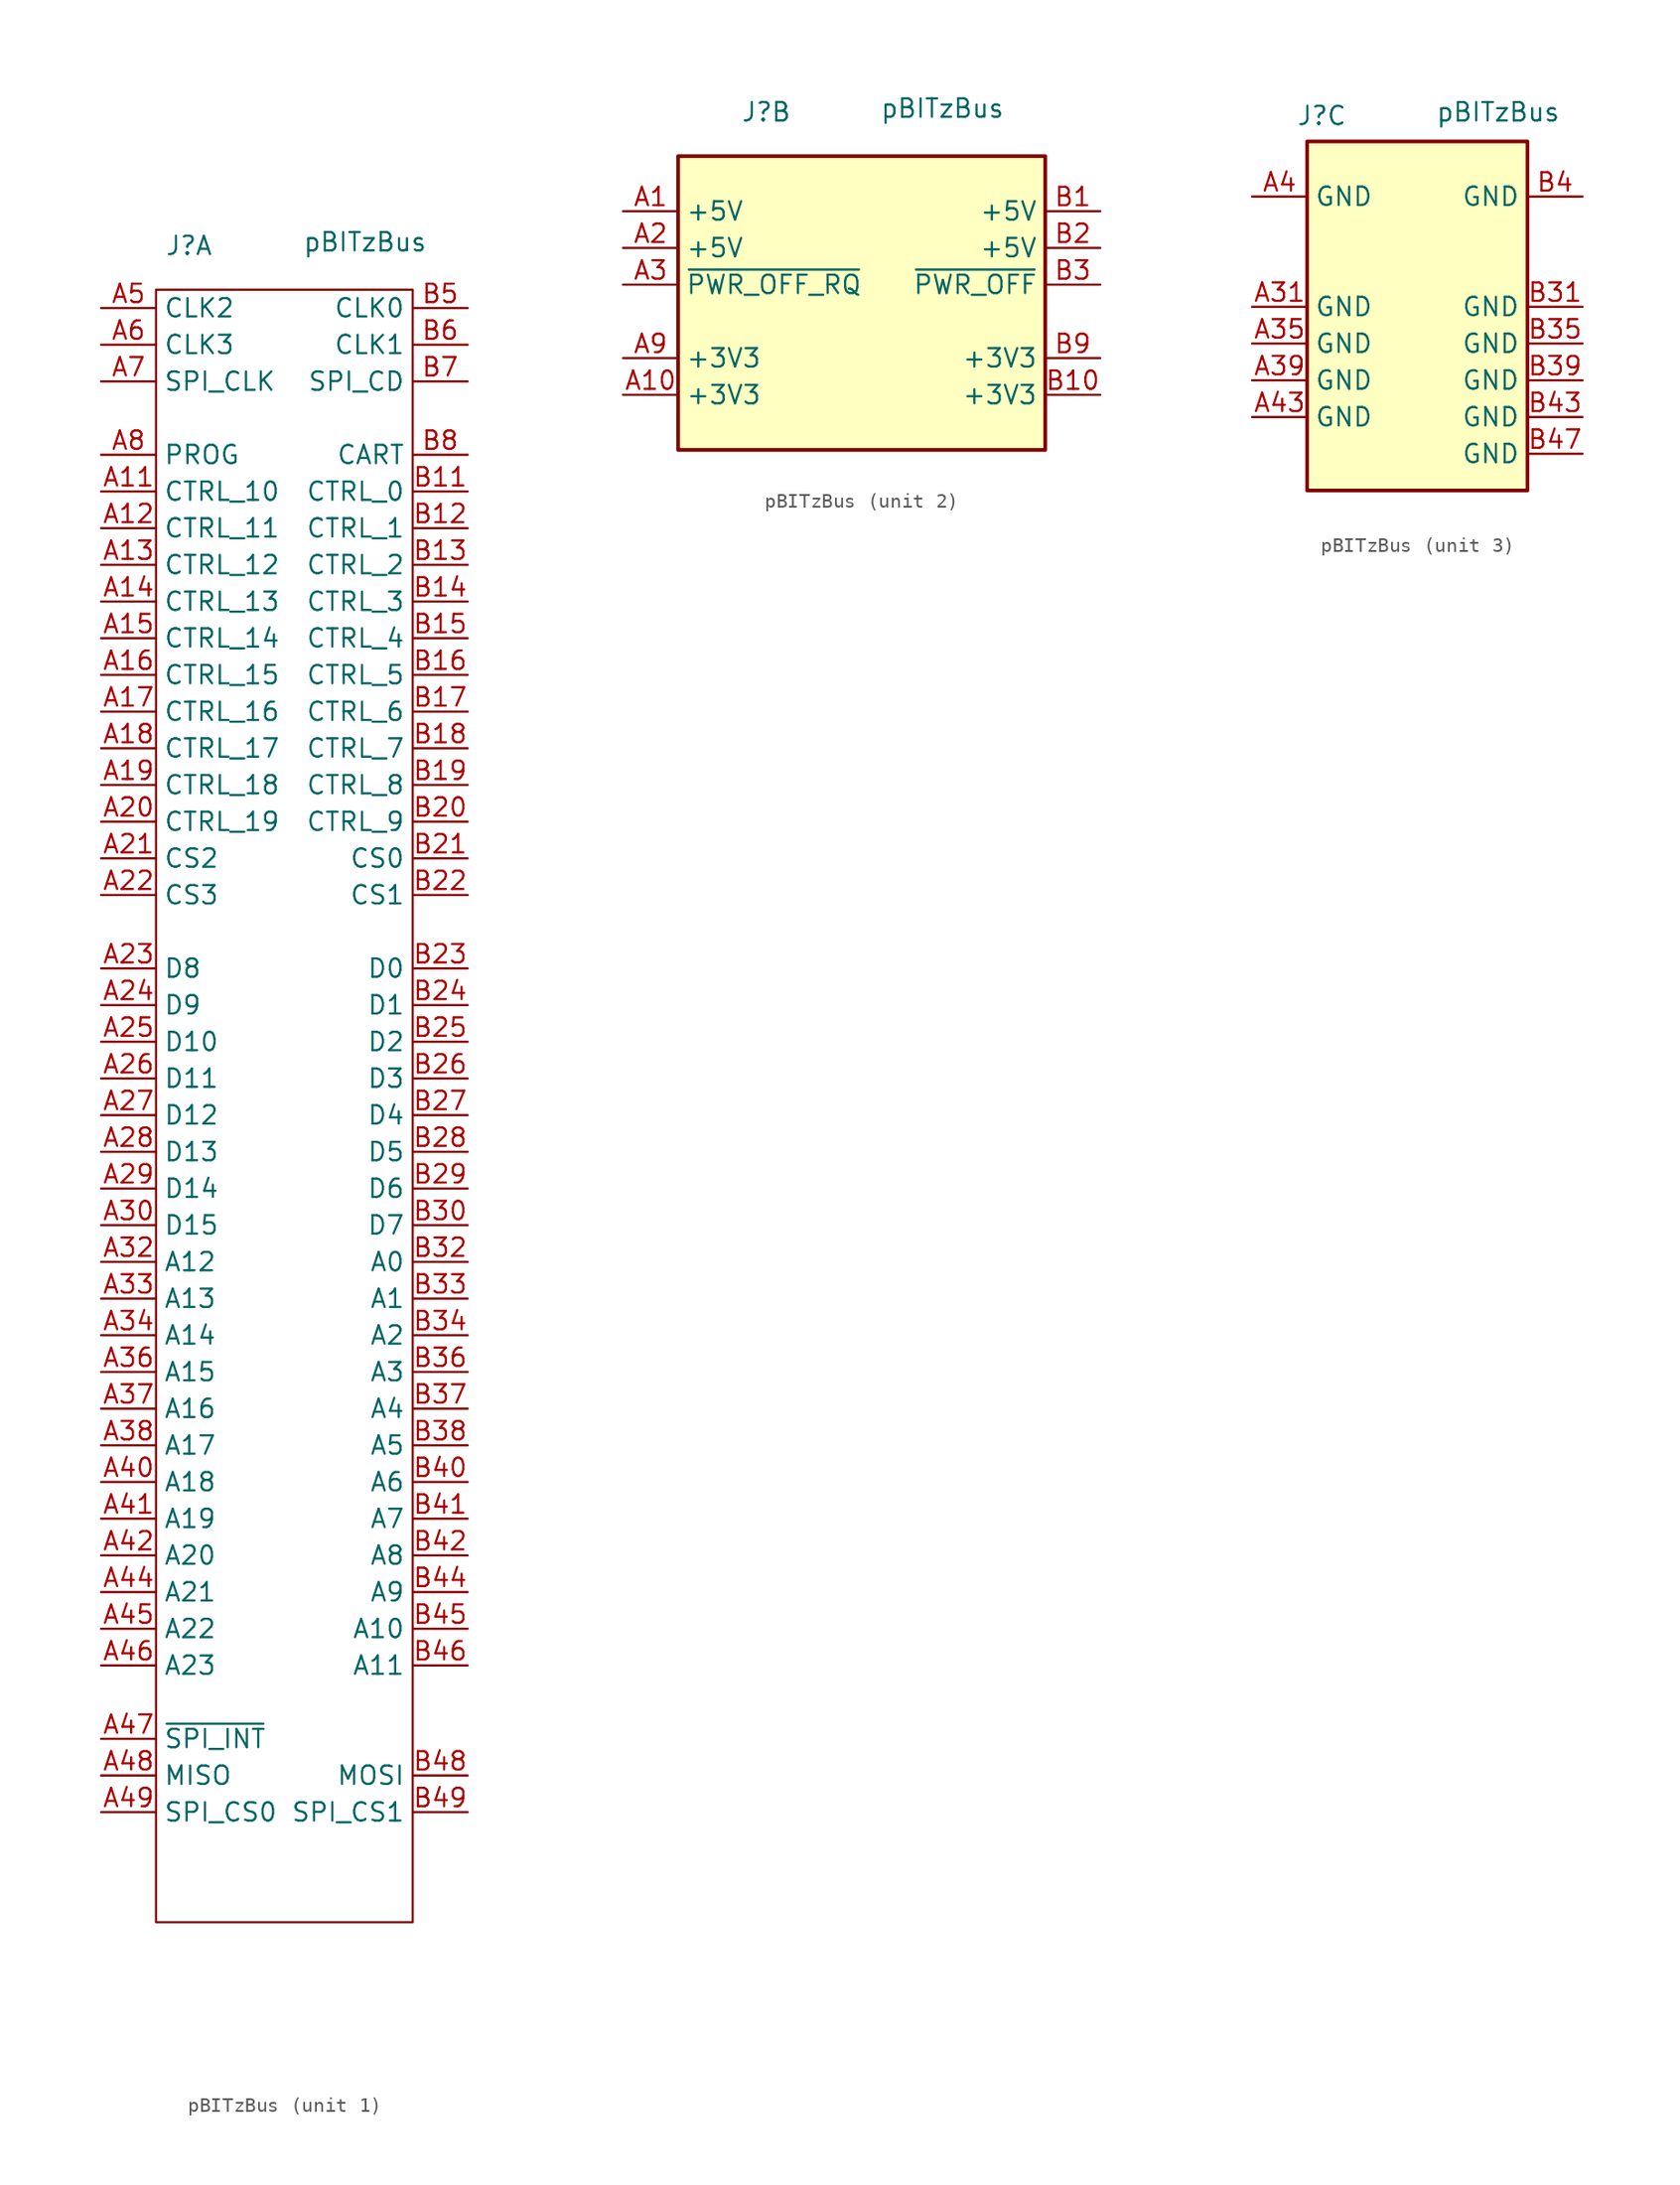
<source format=kicad_sym>
(kicad_symbol_lib
  (version 20241209)
  (generator "kicad_symbol_editor")
  (generator_version "9.0")
  (symbol "pBITzBus"
    (property "Reference" "J"
      (at -6.604 44.958 0)
      (effects (font (size 1.27 1.27))))
    (property "Value" "pBITzBus"
      (at 5.588 45.212 0)
      (effects (font (size 1.27 1.27))))
    (property "ki_locked" ""
      (at 0 0 0)
      (effects (font (size 1.27 1.27))))
    (symbol "pBITzBus_1_0"
      (pin passive line (at -12.7 40.64 0) (length 3.81) (name "CLK2" (effects (font (size 1.27 1.27)))) (number "A5" (effects (font (size 1.27 1.27)))))
      (pin passive line (at -12.7 38.1 0) (length 3.81) (name "CLK3" (effects (font (size 1.27 1.27)))) (number "A6" (effects (font (size 1.27 1.27)))))
      (pin passive line (at -12.7 35.56 0) (length 3.81) (name "SPI_CLK" (effects (font (size 1.27 1.27)))) (number "A7" (effects (font (size 1.27 1.27)))))
      (pin passive line (at -12.7 30.48 0) (length 3.81) (name "PROG" (effects (font (size 1.27 1.27)))) (number "A8" (effects (font (size 1.27 1.27)))))
      (pin passive line (at -12.7 27.94 0) (length 3.81) (name "CTRL_10" (effects (font (size 1.27 1.27)))) (number "A11" (effects (font (size 1.27 1.27)))))
      (pin passive line (at -12.7 25.4 0) (length 3.81) (name "CTRL_11" (effects (font (size 1.27 1.27)))) (number "A12" (effects (font (size 1.27 1.27)))))
      (pin passive line (at -12.7 22.86 0) (length 3.81) (name "CTRL_12" (effects (font (size 1.27 1.27)))) (number "A13" (effects (font (size 1.27 1.27)))))
      (pin passive line (at -12.7 20.32 0) (length 3.81) (name "CTRL_13" (effects (font (size 1.27 1.27)))) (number "A14" (effects (font (size 1.27 1.27)))))
      (pin passive line (at -12.7 17.78 0) (length 3.81) (name "CTRL_14" (effects (font (size 1.27 1.27)))) (number "A15" (effects (font (size 1.27 1.27)))))
      (pin passive line (at -12.7 15.24 0) (length 3.81) (name "CTRL_15" (effects (font (size 1.27 1.27)))) (number "A16" (effects (font (size 1.27 1.27)))))
      (pin passive line (at -12.7 12.7 0) (length 3.81) (name "CTRL_16" (effects (font (size 1.27 1.27)))) (number "A17" (effects (font (size 1.27 1.27)))))
      (pin passive line (at -12.7 10.16 0) (length 3.81) (name "CTRL_17" (effects (font (size 1.27 1.27)))) (number "A18" (effects (font (size 1.27 1.27)))))
      (pin passive line (at -12.7 7.62 0) (length 3.81) (name "CTRL_18" (effects (font (size 1.27 1.27)))) (number "A19" (effects (font (size 1.27 1.27)))))
      (pin passive line (at -12.7 5.08 0) (length 3.81) (name "CTRL_19" (effects (font (size 1.27 1.27)))) (number "A20" (effects (font (size 1.27 1.27)))))
      (pin passive line (at -12.7 2.54 0) (length 3.81) (name "CS2" (effects (font (size 1.27 1.27)))) (number "A21" (effects (font (size 1.27 1.27)))))
      (pin passive line (at -12.7 0 0) (length 3.81) (name "CS3" (effects (font (size 1.27 1.27)))) (number "A22" (effects (font (size 1.27 1.27)))))
      (pin passive line (at -12.7 -5.08 0) (length 3.81) (name "D8" (effects (font (size 1.27 1.27)))) (number "A23" (effects (font (size 1.27 1.27)))))
      (pin passive line (at -12.7 -7.62 0) (length 3.81) (name "D9" (effects (font (size 1.27 1.27)))) (number "A24" (effects (font (size 1.27 1.27)))))
      (pin passive line (at -12.7 -10.16 0) (length 3.81) (name "D10" (effects (font (size 1.27 1.27)))) (number "A25" (effects (font (size 1.27 1.27)))))
      (pin passive line (at -12.7 -12.7 0) (length 3.81) (name "D11" (effects (font (size 1.27 1.27)))) (number "A26" (effects (font (size 1.27 1.27)))))
      (pin passive line (at -12.7 -15.24 0) (length 3.81) (name "D12" (effects (font (size 1.27 1.27)))) (number "A27" (effects (font (size 1.27 1.27)))))
      (pin passive line (at -12.7 -17.78 0) (length 3.81) (name "D13" (effects (font (size 1.27 1.27)))) (number "A28" (effects (font (size 1.27 1.27)))))
      (pin passive line (at -12.7 -20.32 0) (length 3.81) (name "D14" (effects (font (size 1.27 1.27)))) (number "A29" (effects (font (size 1.27 1.27)))))
      (pin passive line (at -12.7 -22.86 0) (length 3.81) (name "D15" (effects (font (size 1.27 1.27)))) (number "A30" (effects (font (size 1.27 1.27)))))
      (pin passive line (at -12.7 -25.4 0) (length 3.81) (name "A12" (effects (font (size 1.27 1.27)))) (number "A32" (effects (font (size 1.27 1.27)))))
      (pin passive line (at -12.7 -27.94 0) (length 3.81) (name "A13" (effects (font (size 1.27 1.27)))) (number "A33" (effects (font (size 1.27 1.27)))))
      (pin passive line (at -12.7 -30.48 0) (length 3.81) (name "A14" (effects (font (size 1.27 1.27)))) (number "A34" (effects (font (size 1.27 1.27)))))
      (pin passive line (at -12.7 -33.02 0) (length 3.81) (name "A15" (effects (font (size 1.27 1.27)))) (number "A36" (effects (font (size 1.27 1.27)))))
      (pin passive line (at -12.7 -35.56 0) (length 3.81) (name "A16" (effects (font (size 1.27 1.27)))) (number "A37" (effects (font (size 1.27 1.27)))))
      (pin passive line (at -12.7 -38.1 0) (length 3.81) (name "A17" (effects (font (size 1.27 1.27)))) (number "A38" (effects (font (size 1.27 1.27)))))
      (pin passive line (at -12.7 -40.64 0) (length 3.81) (name "A18" (effects (font (size 1.27 1.27)))) (number "A40" (effects (font (size 1.27 1.27)))))
      (pin passive line (at -12.7 -43.18 0) (length 3.81) (name "A19" (effects (font (size 1.27 1.27)))) (number "A41" (effects (font (size 1.27 1.27)))))
      (pin passive line (at -12.7 -45.72 0) (length 3.81) (name "A20" (effects (font (size 1.27 1.27)))) (number "A42" (effects (font (size 1.27 1.27)))))
      (pin passive line (at -12.7 -48.26 0) (length 3.81) (name "A21" (effects (font (size 1.27 1.27)))) (number "A44" (effects (font (size 1.27 1.27)))))
      (pin passive line (at -12.7 -50.8 0) (length 3.81) (name "A22" (effects (font (size 1.27 1.27)))) (number "A45" (effects (font (size 1.27 1.27)))))
      (pin passive line (at -12.7 -53.34 0) (length 3.81) (name "A23" (effects (font (size 1.27 1.27)))) (number "A46" (effects (font (size 1.27 1.27)))))
      (pin passive line (at -12.7 -58.42 0) (length 3.81) (name "~{SPI_INT}" (effects (font (size 1.27 1.27)))) (number "A47" (effects (font (size 1.27 1.27)))))
      (pin passive line (at -12.7 -60.96 0) (length 3.81) (name "MISO" (effects (font (size 1.27 1.27)))) (number "A48" (effects (font (size 1.27 1.27)))))
      (pin passive line (at -12.7 -63.5 0) (length 3.81) (name "SPI_CS0" (effects (font (size 1.27 1.27)))) (number "A49" (effects (font (size 1.27 1.27)))))
      (pin passive line (at 12.7 40.64 180) (length 3.81) (name "CLK0" (effects (font (size 1.27 1.27)))) (number "B5" (effects (font (size 1.27 1.27)))))
      (pin passive line (at 12.7 38.1 180) (length 3.81) (name "CLK1" (effects (font (size 1.27 1.27)))) (number "B6" (effects (font (size 1.27 1.27)))))
      (pin passive line (at 12.7 35.56 180) (length 3.81) (name "SPI_CD" (effects (font (size 1.27 1.27)))) (number "B7" (effects (font (size 1.27 1.27)))))
      (pin passive line (at 12.7 30.48 180) (length 3.81) (name "CART" (effects (font (size 1.27 1.27)))) (number "B8" (effects (font (size 1.27 1.27)))))
      (pin passive line (at 12.7 27.94 180) (length 3.81) (name "CTRL_0" (effects (font (size 1.27 1.27)))) (number "B11" (effects (font (size 1.27 1.27)))))
      (pin passive line (at 12.7 25.4 180) (length 3.81) (name "CTRL_1" (effects (font (size 1.27 1.27)))) (number "B12" (effects (font (size 1.27 1.27)))))
      (pin passive line (at 12.7 22.86 180) (length 3.81) (name "CTRL_2" (effects (font (size 1.27 1.27)))) (number "B13" (effects (font (size 1.27 1.27)))))
      (pin passive line (at 12.7 20.32 180) (length 3.81) (name "CTRL_3" (effects (font (size 1.27 1.27)))) (number "B14" (effects (font (size 1.27 1.27)))))
      (pin passive line (at 12.7 17.78 180) (length 3.81) (name "CTRL_4" (effects (font (size 1.27 1.27)))) (number "B15" (effects (font (size 1.27 1.27)))))
      (pin passive line (at 12.7 15.24 180) (length 3.81) (name "CTRL_5" (effects (font (size 1.27 1.27)))) (number "B16" (effects (font (size 1.27 1.27)))))
      (pin passive line (at 12.7 12.7 180) (length 3.81) (name "CTRL_6" (effects (font (size 1.27 1.27)))) (number "B17" (effects (font (size 1.27 1.27)))))
      (pin passive line (at 12.7 10.16 180) (length 3.81) (name "CTRL_7" (effects (font (size 1.27 1.27)))) (number "B18" (effects (font (size 1.27 1.27)))))
      (pin passive line (at 12.7 7.62 180) (length 3.81) (name "CTRL_8" (effects (font (size 1.27 1.27)))) (number "B19" (effects (font (size 1.27 1.27)))))
      (pin passive line (at 12.7 5.08 180) (length 3.81) (name "CTRL_9" (effects (font (size 1.27 1.27)))) (number "B20" (effects (font (size 1.27 1.27)))))
      (pin passive line (at 12.7 2.54 180) (length 3.81) (name "CS0" (effects (font (size 1.27 1.27)))) (number "B21" (effects (font (size 1.27 1.27)))))
      (pin passive line (at 12.7 0 180) (length 3.81) (name "CS1" (effects (font (size 1.27 1.27)))) (number "B22" (effects (font (size 1.27 1.27)))))
      (pin passive line (at 12.7 -5.08 180) (length 3.81) (name "D0" (effects (font (size 1.27 1.27)))) (number "B23" (effects (font (size 1.27 1.27)))))
      (pin passive line (at 12.7 -7.62 180) (length 3.81) (name "D1" (effects (font (size 1.27 1.27)))) (number "B24" (effects (font (size 1.27 1.27)))))
      (pin passive line (at 12.7 -10.16 180) (length 3.81) (name "D2" (effects (font (size 1.27 1.27)))) (number "B25" (effects (font (size 1.27 1.27)))))
      (pin passive line (at 12.7 -12.7 180) (length 3.81) (name "D3" (effects (font (size 1.27 1.27)))) (number "B26" (effects (font (size 1.27 1.27)))))
      (pin passive line (at 12.7 -15.24 180) (length 3.81) (name "D4" (effects (font (size 1.27 1.27)))) (number "B27" (effects (font (size 1.27 1.27)))))
      (pin passive line (at 12.7 -17.78 180) (length 3.81) (name "D5" (effects (font (size 1.27 1.27)))) (number "B28" (effects (font (size 1.27 1.27)))))
      (pin passive line (at 12.7 -20.32 180) (length 3.81) (name "D6" (effects (font (size 1.27 1.27)))) (number "B29" (effects (font (size 1.27 1.27)))))
      (pin passive line (at 12.7 -22.86 180) (length 3.81) (name "D7" (effects (font (size 1.27 1.27)))) (number "B30" (effects (font (size 1.27 1.27)))))
      (pin passive line (at 12.7 -25.4 180) (length 3.81) (name "A0" (effects (font (size 1.27 1.27)))) (number "B32" (effects (font (size 1.27 1.27)))))
      (pin passive line (at 12.7 -27.94 180) (length 3.81) (name "A1" (effects (font (size 1.27 1.27)))) (number "B33" (effects (font (size 1.27 1.27)))))
      (pin passive line (at 12.7 -30.48 180) (length 3.81) (name "A2" (effects (font (size 1.27 1.27)))) (number "B34" (effects (font (size 1.27 1.27)))))
      (pin passive line (at 12.7 -33.02 180) (length 3.81) (name "A3" (effects (font (size 1.27 1.27)))) (number "B36" (effects (font (size 1.27 1.27)))))
      (pin passive line (at 12.7 -35.56 180) (length 3.81) (name "A4" (effects (font (size 1.27 1.27)))) (number "B37" (effects (font (size 1.27 1.27)))))
      (pin passive line (at 12.7 -38.1 180) (length 3.81) (name "A5" (effects (font (size 1.27 1.27)))) (number "B38" (effects (font (size 1.27 1.27)))))
      (pin passive line (at 12.7 -40.64 180) (length 3.81) (name "A6" (effects (font (size 1.27 1.27)))) (number "B40" (effects (font (size 1.27 1.27)))))
      (pin passive line (at 12.7 -43.18 180) (length 3.81) (name "A7" (effects (font (size 1.27 1.27)))) (number "B41" (effects (font (size 1.27 1.27)))))
      (pin passive line (at 12.7 -45.72 180) (length 3.81) (name "A8" (effects (font (size 1.27 1.27)))) (number "B42" (effects (font (size 1.27 1.27)))))
      (pin passive line (at 12.7 -48.26 180) (length 3.81) (name "A9" (effects (font (size 1.27 1.27)))) (number "B44" (effects (font (size 1.27 1.27)))))
      (pin passive line (at 12.7 -50.8 180) (length 3.81) (name "A10" (effects (font (size 1.27 1.27)))) (number "B45" (effects (font (size 1.27 1.27)))))
      (pin passive line (at 12.7 -53.34 180) (length 3.81) (name "A11" (effects (font (size 1.27 1.27)))) (number "B46" (effects (font (size 1.27 1.27)))))
      (pin passive line (at 12.7 -60.96 180) (length 3.81) (name "MOSI" (effects (font (size 1.27 1.27)))) (number "B48" (effects (font (size 1.27 1.27)))))
      (pin passive line (at 12.7 -63.5 180) (length 3.81) (name "SPI_CS1" (effects (font (size 1.27 1.27)))) (number "B49" (effects (font (size 1.27 1.27))))))
    (symbol "pBITzBus_1_1"
      (rectangle (start -8.89 41.91) (end 8.89 -71.12) (stroke (width 0) (type default)) (fill (type none))))
    (symbol "pBITzBus_2_0"
      (pin passive line (at -16.51 38.1 0) (length 3.81) (name "+5V" (effects (font (size 1.27 1.27)))) (number "A1" (effects (font (size 1.27 1.27)))))
      (pin passive line (at -16.51 35.56 0) (length 3.81) (name "+5V" (effects (font (size 1.27 1.27)))) (number "A2" (effects (font (size 1.27 1.27)))))
      (pin passive line (at -16.51 33.02 0) (length 3.81) (name "~{PWR_OFF_RQ}" (effects (font (size 1.27 1.27)))) (number "A3" (effects (font (size 1.27 1.27)))))
      (pin passive line (at -16.51 27.94 0) (length 3.81) (name "+3V3" (effects (font (size 1.27 1.27)))) (number "A9" (effects (font (size 1.27 1.27)))))
      (pin passive line (at -16.51 25.4 0) (length 3.81) (name "+3V3" (effects (font (size 1.27 1.27)))) (number "A10" (effects (font (size 1.27 1.27)))))
      (pin passive line (at 16.51 38.1 180) (length 3.81) (name "+5V" (effects (font (size 1.27 1.27)))) (number "B1" (effects (font (size 1.27 1.27)))))
      (pin passive line (at 16.51 35.56 180) (length 3.81) (name "+5V" (effects (font (size 1.27 1.27)))) (number "B2" (effects (font (size 1.27 1.27)))))
      (pin passive line (at 16.51 33.02 180) (length 3.81) (name "~{PWR_OFF}" (effects (font (size 1.27 1.27)))) (number "B3" (effects (font (size 1.27 1.27)))))
      (pin passive line (at 16.51 27.94 180) (length 3.81) (name "+3V3" (effects (font (size 1.27 1.27)))) (number "B9" (effects (font (size 1.27 1.27)))))
      (pin passive line (at 16.51 25.4 180) (length 3.81) (name "+3V3" (effects (font (size 1.27 1.27)))) (number "B10" (effects (font (size 1.27 1.27))))))
    (symbol "pBITzBus_2_1"
      (rectangle (start -12.7 41.91) (end 12.7 21.59) (stroke (width 0.254) (type solid)) (fill (type background))))
    (symbol "pBITzBus_3_0"
      (pin passive line (at -11.43 39.37 0) (length 3.81) (name "GND" (effects (font (size 1.27 1.27)))) (number "A4" (effects (font (size 1.27 1.27)))))
      (pin passive line (at -11.43 31.75 0) (length 3.81) (name "GND" (effects (font (size 1.27 1.27)))) (number "A31" (effects (font (size 1.27 1.27)))))
      (pin passive line (at -11.43 29.21 0) (length 3.81) (name "GND" (effects (font (size 1.27 1.27)))) (number "A35" (effects (font (size 1.27 1.27)))))
      (pin passive line (at -11.43 26.67 0) (length 3.81) (name "GND" (effects (font (size 1.27 1.27)))) (number "A39" (effects (font (size 1.27 1.27)))))
      (pin passive line (at -11.43 24.13 0) (length 3.81) (name "GND" (effects (font (size 1.27 1.27)))) (number "A43" (effects (font (size 1.27 1.27)))))
      (pin passive line (at 11.43 39.37 180) (length 3.81) (name "GND" (effects (font (size 1.27 1.27)))) (number "B4" (effects (font (size 1.27 1.27)))))
      (pin passive line (at 11.43 31.75 180) (length 3.81) (name "GND" (effects (font (size 1.27 1.27)))) (number "B31" (effects (font (size 1.27 1.27)))))
      (pin passive line (at 11.43 29.21 180) (length 3.81) (name "GND" (effects (font (size 1.27 1.27)))) (number "B35" (effects (font (size 1.27 1.27)))))
      (pin passive line (at 11.43 26.67 180) (length 3.81) (name "GND" (effects (font (size 1.27 1.27)))) (number "B39" (effects (font (size 1.27 1.27)))))
      (pin passive line (at 11.43 24.13 180) (length 3.81) (name "GND" (effects (font (size 1.27 1.27)))) (number "B43" (effects (font (size 1.27 1.27)))))
      (pin passive line (at 11.43 21.59 180) (length 3.81) (name "GND" (effects (font (size 1.27 1.27)))) (number "B47" (effects (font (size 1.27 1.27))))))
    (symbol "pBITzBus_3_1"
      (rectangle (start -7.62 43.18) (end 7.62 19.05) (stroke (width 0.254) (type solid)) (fill (type background))))))
</source>
